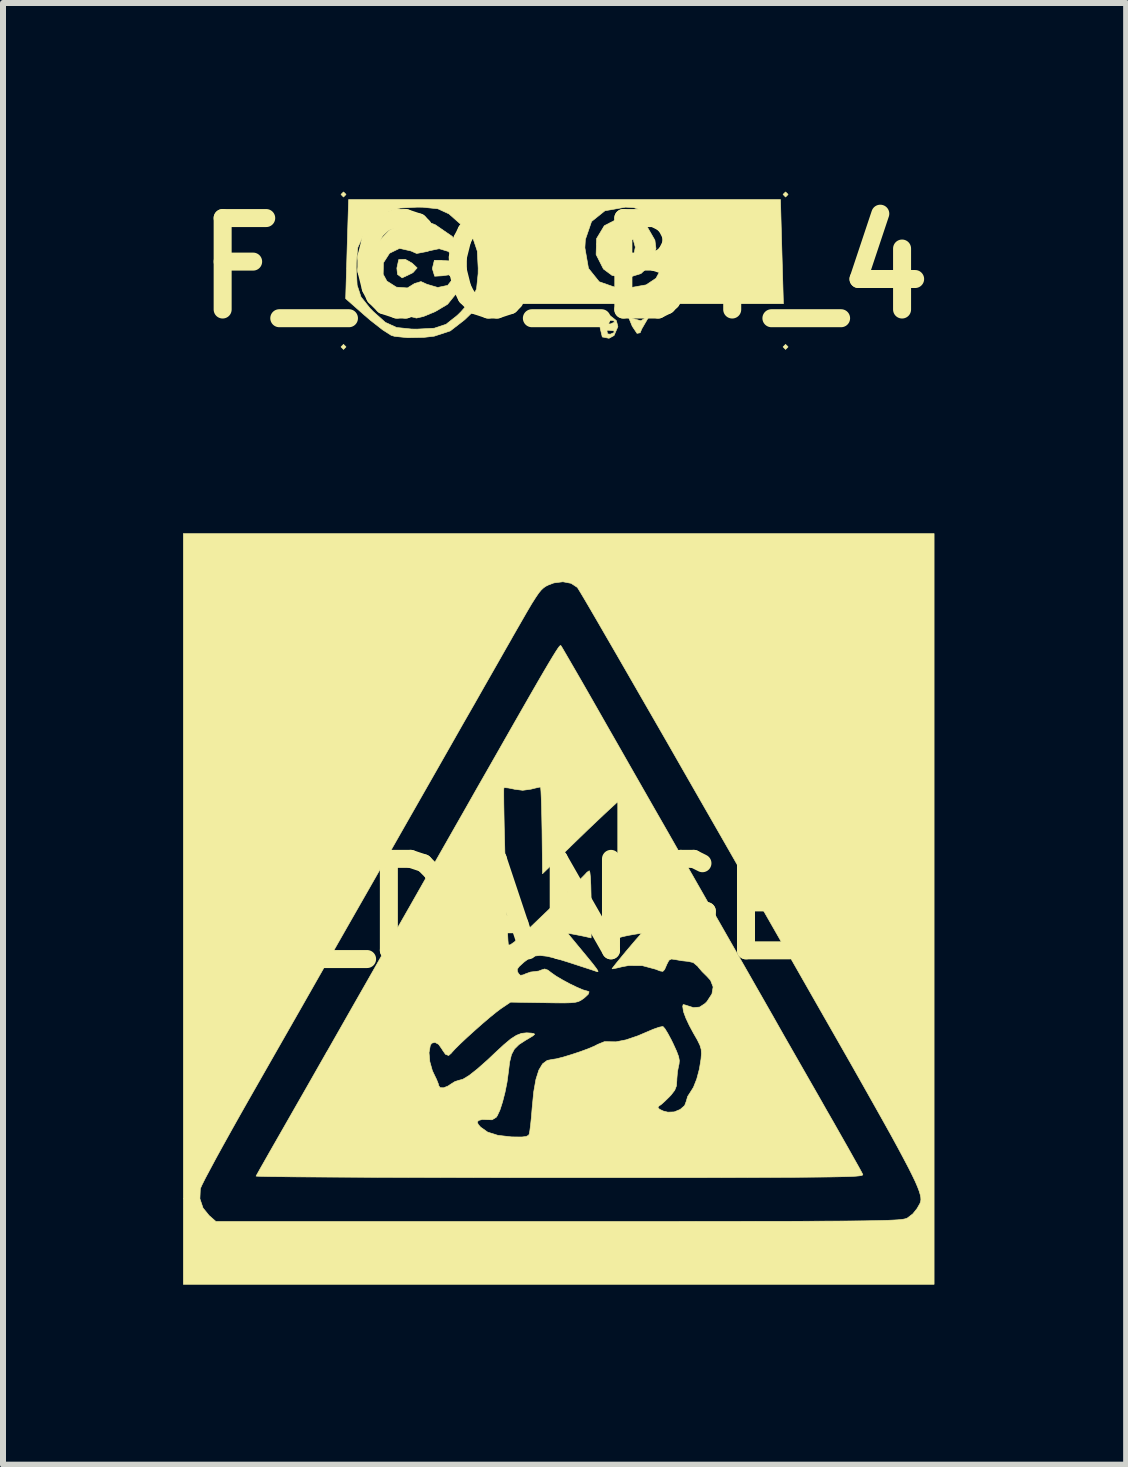
<source format=kicad_pcb>
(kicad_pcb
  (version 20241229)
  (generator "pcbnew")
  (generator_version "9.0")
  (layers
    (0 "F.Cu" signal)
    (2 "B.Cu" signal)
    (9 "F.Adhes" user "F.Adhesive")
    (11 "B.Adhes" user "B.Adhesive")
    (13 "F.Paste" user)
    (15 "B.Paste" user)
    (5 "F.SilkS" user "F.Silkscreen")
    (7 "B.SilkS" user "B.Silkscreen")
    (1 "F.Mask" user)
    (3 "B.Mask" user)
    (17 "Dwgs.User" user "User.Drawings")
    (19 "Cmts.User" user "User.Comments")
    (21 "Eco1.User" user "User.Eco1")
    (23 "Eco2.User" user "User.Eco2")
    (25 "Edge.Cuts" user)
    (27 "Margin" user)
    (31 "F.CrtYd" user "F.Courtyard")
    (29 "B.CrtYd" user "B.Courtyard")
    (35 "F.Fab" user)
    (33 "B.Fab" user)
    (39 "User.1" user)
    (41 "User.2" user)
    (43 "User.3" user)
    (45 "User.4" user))
  (footprint "F_DANGER"
    (layer "F.Cu")
    (at 6.26 12.096)
    (property "Reference" "F_DANGER" (at 0 0 0) (layer "F.SilkS") (effects (font (size 1.524 1.524) (thickness 0.3))))
    (attr through_hole)
    (fp_poly (pts (xy 6.255 6.255) (xy -6.255 6.255) (xy -6.255 4.829) (xy -5.979 4.829) (xy -5.927 4.983) (xy -5.825 5.109) (xy -5.713 5.207) (xy -0.006 5.207) (xy 0.701 5.207) (xy 1.347 5.207) (xy 1.935 5.207) (xy 2.468 5.206) (xy 2.949 5.206) (xy 3.38 5.205) (xy 3.765 5.205) (xy 4.105 5.204) (xy 4.404 5.202) (xy 4.665 5.201) (xy 4.89 5.199) (xy 5.082 5.197) (xy 5.244 5.194) (xy 5.379 5.191) (xy 5.489 5.188) (xy 5.577 5.184) (xy 5.647 5.18) (xy 5.7 5.175) (xy 5.74 5.17) (xy 5.769 5.164) (xy 5.791 5.158) (xy 5.807 5.151) (xy 5.811 5.149) (xy 5.901 5.08) (xy 5.972 4.991) (xy 5.977 4.982) (xy 5.993 4.953) (xy 6.008 4.928) (xy 6.021 4.903) (xy 6.03 4.876) (xy 6.035 4.846) (xy 6.033 4.808) (xy 6.024 4.762) (xy 6.007 4.704) (xy 5.98 4.633) (xy 5.942 4.544) (xy 5.891 4.438) (xy 5.827 4.31) (xy 5.747 4.158) (xy 5.652 3.98) (xy 5.539 3.773) (xy 5.407 3.536) (xy 5.255 3.265) (xy 5.082 2.958) (xy 4.887 2.613) (xy 4.667 2.227) (xy 4.422 1.798) (xy 4.151 1.323) (xy 3.853 0.8) (xy 3.525 0.226) (xy 3.204 -0.335) (xy 2.908 -0.854) (xy 2.619 -1.359) (xy 2.339 -1.847) (xy 2.071 -2.315) (xy 1.816 -2.761) (xy 1.575 -3.18) (xy 1.349 -3.572) (xy 1.142 -3.932) (xy 0.954 -4.258) (xy 0.786 -4.548) (xy 0.642 -4.797) (xy 0.521 -5.005) (xy 0.426 -5.167) (xy 0.358 -5.281) (xy 0.319 -5.344) (xy 0.311 -5.357) (xy 0.206 -5.426) (xy 0.07 -5.452) (xy -0.08 -5.433) (xy -0.173 -5.398) (xy -0.215 -5.377) (xy -0.252 -5.351) (xy -0.291 -5.315) (xy -0.334 -5.263) (xy -0.385 -5.188) (xy -0.451 -5.084) (xy -0.533 -4.945) (xy -0.637 -4.764) (xy -0.768 -4.536) (xy -0.798 -4.482) (xy -0.883 -4.334) (xy -0.985 -4.154) (xy -1.106 -3.942) (xy -1.247 -3.695) (xy -1.407 -3.413) (xy -1.59 -3.094) (xy -1.794 -2.735) (xy -2.021 -2.336) (xy -2.272 -1.896) (xy -2.548 -1.412) (xy -2.849 -0.883) (xy -3.177 -0.308) (xy -3.533 0.315) (xy -3.916 0.987) (xy -4.328 1.711) (xy -4.771 2.487) (xy -5.152 3.155) (xy -5.308 3.43) (xy -5.455 3.692) (xy -5.59 3.935) (xy -5.71 4.153) (xy -5.81 4.34) (xy -5.89 4.49) (xy -5.944 4.598) (xy -5.97 4.657) (xy -5.972 4.663) (xy -5.979 4.829) (xy -6.255 4.829) (xy -6.255 -6.255) (xy 6.255 -6.255) (xy 6.255 6.255)) (stroke (width 0.01) (type solid)) (fill yes) (layer "F.SilkS"))
    (fp_poly (pts (xy 0.035 -4.389) (xy 0.055 -4.358) (xy 0.103 -4.276) (xy 0.175 -4.152) (xy 0.269 -3.99) (xy 0.38 -3.798) (xy 0.505 -3.58) (xy 0.641 -3.342) (xy 0.691 -3.254) (xy 0.83 -3.01) (xy 0.996 -2.72) (xy 1.181 -2.395) (xy 1.381 -2.045) (xy 1.59 -1.679) (xy 1.802 -1.309) (xy 2.011 -0.942) (xy 2.213 -0.59) (xy 2.287 -0.46) (xy 2.469 -0.141) (xy 2.651 0.177) (xy 2.828 0.487) (xy 2.996 0.781) (xy 3.152 1.054) (xy 3.291 1.298) (xy 3.41 1.506) (xy 3.504 1.671) (xy 3.556 1.762) (xy 3.646 1.921) (xy 3.761 2.124) (xy 3.896 2.36) (xy 4.043 2.617) (xy 4.197 2.886) (xy 4.351 3.155) (xy 4.454 3.337) (xy 4.589 3.572) (xy 4.713 3.791) (xy 4.825 3.988) (xy 4.919 4.156) (xy 4.994 4.289) (xy 5.044 4.38) (xy 5.066 4.423) (xy 5.067 4.424) (xy 5.066 4.431) (xy 5.057 4.437) (xy 5.037 4.443) (xy 5.003 4.448) (xy 4.951 4.453) (xy 4.88 4.457) (xy 4.786 4.46) (xy 4.667 4.463) (xy 4.519 4.466) (xy 4.34 4.468) (xy 4.127 4.47) (xy 3.876 4.472) (xy 3.586 4.473) (xy 3.253 4.474) (xy 2.875 4.475) (xy 2.448 4.476) (xy 1.969 4.476) (xy 1.437 4.477) (xy 0.847 4.477) (xy 0.198 4.477) (xy 0.017 4.477) (xy -0.545 4.477) (xy -1.09 4.476) (xy -1.613 4.475) (xy -2.112 4.474) (xy -2.584 4.473) (xy -3.024 4.472) (xy -3.43 4.47) (xy -3.799 4.468) (xy -4.126 4.466) (xy -4.409 4.464) (xy -4.644 4.461) (xy -4.828 4.459) (xy -4.957 4.456) (xy -5.029 4.453) (xy -5.043 4.451) (xy -5.025 4.418) (xy -4.98 4.337) (xy -4.911 4.216) (xy -4.824 4.062) (xy -4.722 3.884) (xy -4.615 3.697) (xy -4.515 3.522) (xy -4.386 3.296) (xy -4.232 3.027) (xy -4.056 2.718) (xy -3.872 2.395) (xy -2.161 2.395) (xy -2.148 2.544) (xy -2.106 2.693) (xy -2.08 2.749) (xy -2.035 2.842) (xy -2.006 2.915) (xy -2 2.942) (xy -1.977 2.978) (xy -1.918 2.98) (xy -1.842 2.949) (xy -1.801 2.921) (xy -1.729 2.876) (xy -1.669 2.857) (xy -1.596 2.837) (xy -1.492 2.774) (xy -1.355 2.666) (xy -1.181 2.512) (xy -1.064 2.401) (xy -0.916 2.264) (xy -0.8 2.167) (xy -0.705 2.106) (xy -0.62 2.073) (xy -0.534 2.064) (xy -0.457 2.069) (xy -0.412 2.077) (xy -0.402 2.09) (xy -0.434 2.117) (xy -0.513 2.165) (xy -0.551 2.187) (xy -0.662 2.259) (xy -0.738 2.334) (xy -0.787 2.426) (xy -0.818 2.552) (xy -0.839 2.722) (xy -0.861 2.886) (xy -0.895 3.056) (xy -0.936 3.216) (xy -0.98 3.352) (xy -1.024 3.446) (xy -1.041 3.471) (xy -1.11 3.513) (xy -1.19 3.511) (xy -1.273 3.508) (xy -1.333 3.523) (xy -1.357 3.55) (xy -1.342 3.589) (xy -1.302 3.635) (xy -1.185 3.718) (xy -1.014 3.772) (xy -0.788 3.798) (xy -0.736 3.799) (xy -0.614 3.8) (xy -0.541 3.791) (xy -0.503 3.771) (xy -0.492 3.752) (xy -0.482 3.701) (xy -0.469 3.601) (xy -0.455 3.466) (xy -0.443 3.318) (xy -0.417 3.049) (xy -0.38 2.84) (xy -0.331 2.685) (xy -0.269 2.581) (xy -0.192 2.524) (xy -0.111 2.508) (xy -0.038 2.497) (xy 0.076 2.468) (xy 0.214 2.426) (xy 0.359 2.378) (xy 0.492 2.329) (xy 0.598 2.284) (xy 0.649 2.257) (xy 0.762 2.211) (xy 0.828 2.212) (xy 0.955 2.214) (xy 1.122 2.181) (xy 1.319 2.114) (xy 1.462 2.053) (xy 1.577 2.004) (xy 1.671 1.971) (xy 1.73 1.959) (xy 1.738 1.96) (xy 1.769 1.994) (xy 1.817 2.072) (xy 1.875 2.18) (xy 1.904 2.239) (xy 1.964 2.37) (xy 1.998 2.461) (xy 2.01 2.527) (xy 2.005 2.584) (xy 1.999 2.609) (xy 1.979 2.71) (xy 1.969 2.829) (xy 1.968 2.857) (xy 1.961 2.949) (xy 1.933 3.021) (xy 1.873 3.099) (xy 1.841 3.133) (xy 1.765 3.207) (xy 1.703 3.262) (xy 1.675 3.279) (xy 1.652 3.305) (xy 1.678 3.337) (xy 1.744 3.368) (xy 1.818 3.386) (xy 1.924 3.382) (xy 2.024 3.341) (xy 2.098 3.277) (xy 2.127 3.2) (xy 2.127 3.199) (xy 2.148 3.125) (xy 2.186 3.066) (xy 2.245 2.972) (xy 2.3 2.833) (xy 2.344 2.667) (xy 2.371 2.501) (xy 2.378 2.411) (xy 2.374 2.34) (xy 2.353 2.27) (xy 2.31 2.182) (xy 2.245 2.069) (xy 2.176 1.941) (xy 2.119 1.819) (xy 2.083 1.722) (xy 2.077 1.698) (xy 2.066 1.622) (xy 2.074 1.593) (xy 2.107 1.6) (xy 2.115 1.603) (xy 2.245 1.644) (xy 2.348 1.635) (xy 2.439 1.575) (xy 2.471 1.542) (xy 2.553 1.416) (xy 2.573 1.299) (xy 2.53 1.189) (xy 2.469 1.122) (xy 2.391 1.045) (xy 2.327 0.971) (xy 2.317 0.956) (xy 2.242 0.893) (xy 2.158 0.874) (xy 2.046 0.862) (xy 1.946 0.844) (xy 1.878 0.834) (xy 1.837 0.855) (xy 1.803 0.92) (xy 1.797 0.934) (xy 1.764 1.01) (xy 1.735 1.04) (xy 1.689 1.033) (xy 1.615 1.004) (xy 1.391 0.944) (xy 1.163 0.943) (xy 1.056 0.963) (xy 0.964 0.985) (xy 0.903 0.997) (xy 0.889 0.996) (xy 0.908 0.969) (xy 0.958 0.905) (xy 1.031 0.816) (xy 1.115 0.714) (xy 1.203 0.61) (xy 1.283 0.516) (xy 1.315 0.48) (xy 1.381 0.404) (xy 1.254 0.424) (xy 1.153 0.442) (xy 1.067 0.461) (xy 1.056 0.464) (xy 0.984 0.484) (xy 0.984 -1.787) (xy 0.818 -1.634) (xy 0.742 -1.563) (xy 0.631 -1.458) (xy 0.495 -1.329) (xy 0.346 -1.185) (xy 0.193 -1.037) (xy 0.191 -1.034) (xy -0.27 -0.587) (xy -0.278 -1.31) (xy -0.282 -1.516) (xy -0.286 -1.7) (xy -0.291 -1.851) (xy -0.296 -1.962) (xy -0.301 -2.023) (xy -0.304 -2.032) (xy -0.343 -2.025) (xy -0.42 -2.007) (xy -0.462 -1.996) (xy -0.6 -1.977) (xy -0.739 -1.995) (xy -0.75 -1.998) (xy -0.839 -2.016) (xy -0.9 -2.022) (xy -0.913 -2.018) (xy -0.916 -1.984) (xy -0.916 -1.895) (xy -0.915 -1.758) (xy -0.912 -1.583) (xy -0.908 -1.377) (xy -0.902 -1.148) (xy -0.896 -0.904) (xy -0.889 -0.654) (xy -0.881 -0.406) (xy -0.874 -0.168) (xy -0.866 0.052) (xy -0.859 0.246) (xy -0.852 0.406) (xy -0.846 0.522) (xy -0.84 0.589) (xy -0.839 0.599) (xy -0.81 0.599) (xy -0.743 0.553) (xy -0.638 0.462) (xy -0.563 0.391) (xy -0.444 0.277) (xy -0.295 0.134) (xy -0.133 -0.021) (xy 0.027 -0.173) (xy 0.079 -0.224) (xy 0.207 -0.346) (xy 0.318 -0.454) (xy 0.404 -0.54) (xy 0.457 -0.595) (xy 0.471 -0.611) (xy 0.507 -0.635) (xy 0.511 -0.635) (xy 0.52 -0.605) (xy 0.529 -0.52) (xy 0.535 -0.39) (xy 0.539 -0.224) (xy 0.54 -0.076) (xy 0.54 0.483) (xy 0.468 0.466) (xy 0.389 0.449) (xy 0.288 0.429) (xy 0.272 0.426) (xy 0.147 0.403) (xy 0.351 0.65) (xy 0.476 0.801) (xy 0.565 0.91) (xy 0.621 0.983) (xy 0.65 1.026) (xy 0.655 1.045) (xy 0.641 1.045) (xy 0.634 1.043) (xy 0.588 1.027) (xy 0.494 0.996) (xy 0.365 0.954) (xy 0.212 0.904) (xy 0.169 0.89) (xy -0.034 0.827) (xy -0.19 0.789) (xy -0.31 0.775) (xy -0.405 0.785) (xy -0.488 0.819) (xy -0.569 0.878) (xy -0.588 0.894) (xy -0.66 0.96) (xy -0.691 1.004) (xy -0.688 1.042) (xy -0.669 1.078) (xy -0.639 1.106) (xy -0.593 1.099) (xy -0.55 1.08) (xy -0.469 1.051) (xy -0.406 1.044) (xy -0.335 1.035) (xy -0.286 1.016) (xy -0.234 1) (xy -0.181 1.019) (xy -0.118 1.067) (xy -0.044 1.119) (xy 0.061 1.181) (xy 0.181 1.246) (xy 0.299 1.303) (xy 0.398 1.346) (xy 0.463 1.365) (xy 0.467 1.365) (xy 0.506 1.38) (xy 0.492 1.421) (xy 0.429 1.48) (xy 0.405 1.498) (xy 0.365 1.525) (xy 0.324 1.544) (xy 0.272 1.556) (xy 0.198 1.563) (xy 0.092 1.566) (xy -0.057 1.565) (xy -0.251 1.562) (xy -0.803 1.553) (xy -0.965 1.662) (xy -1.042 1.72) (xy -1.148 1.806) (xy -1.27 1.91) (xy -1.4 2.025) (xy -1.526 2.139) (xy -1.638 2.244) (xy -1.726 2.331) (xy -1.779 2.389) (xy -1.788 2.401) (xy -1.834 2.442) (xy -1.887 2.422) (xy -1.941 2.344) (xy -1.946 2.334) (xy -2.001 2.256) (xy -2.062 2.223) (xy -2.116 2.237) (xy -2.14 2.273) (xy -2.161 2.395) (xy -3.872 2.395) (xy -3.861 2.377) (xy -3.651 2.008) (xy -3.428 1.616) (xy -3.195 1.208) (xy -2.956 0.788) (xy -2.713 0.363) (xy -2.47 -0.063) (xy -2.231 -0.484) (xy -1.997 -0.894) (xy -1.773 -1.288) (xy -1.561 -1.66) (xy -1.365 -2.006) (xy -1.214 -2.27) (xy -0.986 -2.67) (xy -0.788 -3.018) (xy -0.617 -3.317) (xy -0.471 -3.572) (xy -0.349 -3.784) (xy -0.247 -3.959) (xy -0.165 -4.098) (xy -0.1 -4.206) (xy -0.051 -4.285) (xy -0.015 -4.34) (xy 0.01 -4.374) (xy 0.026 -4.389) (xy 0.035 -4.39) (xy 0.035 -4.389)) (stroke (width 0.01) (type solid)) (fill yes) (layer "F.SilkS")))
  (footprint "F_CC_BY_4"
    (layer "F.Cu")
    (at 6.357 1.418)
    (property "Reference" "F_CC_BY_4" (at 0 0 0) (layer "F.SilkS") (effects (font (size 1.524 1.524) (thickness 0.3))))
    (attr through_hole)
    (fp_poly (pts (xy -3.641 -1.228) (xy -3.683 -1.185) (xy -3.725 -1.228) (xy -3.683 -1.27) (xy -3.641 -1.228)) (stroke (width 0.01) (type solid)) (fill yes) (layer "F.SilkS"))
    (fp_poly (pts (xy -3.641 1.312) (xy -3.683 1.355) (xy -3.725 1.312) (xy -3.683 1.27) (xy -3.641 1.312)) (stroke (width 0.01) (type solid)) (fill yes) (layer "F.SilkS"))
    (fp_poly (pts (xy 3.725 -1.228) (xy 3.683 -1.185) (xy 3.641 -1.228) (xy 3.683 -1.27) (xy 3.725 -1.228)) (stroke (width 0.01) (type solid)) (fill yes) (layer "F.SilkS"))
    (fp_poly (pts (xy 3.725 1.312) (xy 3.683 1.355) (xy 3.641 1.312) (xy 3.683 1.27) (xy 3.725 1.312)) (stroke (width 0.01) (type solid)) (fill yes) (layer "F.SilkS"))
    (fp_poly (pts (xy -2.54 -0.083) (xy -2.456 -0.004) (xy -2.523 0.072) (xy -2.54 0.083) (xy -2.706 0.162) (xy -2.783 0.105) (xy -2.794 0) (xy -2.763 -0.143) (xy -2.654 -0.147) (xy -2.54 -0.083)) (stroke (width 0.01) (type solid)) (fill yes) (layer "F.SilkS"))
    (fp_poly (pts (xy 1.395 0.829) (xy 1.383 0.847) (xy 1.287 1.012) (xy 1.26 1.077) (xy 1.208 1.087) (xy 1.128 0.968) (xy 1.127 0.965) (xy 1.069 0.824) (xy 1.095 0.809) (xy 1.133 0.838) (xy 1.271 0.877) (xy 1.357 0.823) (xy 1.433 0.764) (xy 1.395 0.829)) (stroke (width 0.01) (type solid)) (fill yes) (layer "F.SilkS"))
    (fp_poly (pts (xy 0.741 0.778) (xy 0.863 0.874) (xy 0.889 0.974) (xy 0.825 1.123) (xy 0.741 1.169) (xy 0.629 1.147) (xy 0.604 1.044) (xy 0.706 1.044) (xy 0.717 1.095) (xy 0.762 1.101) (xy 0.832 1.07) (xy 0.818 1.044) (xy 0.718 1.034) (xy 0.706 1.044) (xy 0.604 1.044) (xy 0.593 0.997) (xy 0.593 0.974) (xy 0.61 0.875) (xy 0.706 0.875) (xy 0.717 0.925) (xy 0.762 0.931) (xy 0.832 0.9) (xy 0.818 0.875) (xy 0.718 0.865) (xy 0.706 0.875) (xy 0.61 0.875) (xy 0.622 0.809) (xy 0.725 0.776) (xy 0.741 0.778)) (stroke (width 0.01) (type solid)) (fill yes) (layer "F.SilkS"))
    (fp_poly (pts (xy 1.161 -0.821) (xy 1.376 -0.691) (xy 1.506 -0.465) (xy 1.524 -0.324) (xy 1.453 -0.078) (xy 1.273 0.091) (xy 1.036 0.164) (xy 0.793 0.122) (xy 0.648 0.014) (xy 0.526 -0.227) (xy 0.531 -0.402) (xy 0.848 -0.402) (xy 0.874 -0.204) (xy 0.934 -0.02) (xy 1.002 0.081) (xy 1.016 0.085) (xy 1.085 0.014) (xy 1.132 -0.106) (xy 1.179 -0.35) (xy 1.145 -0.473) (xy 1.02 -0.508) (xy 1.016 -0.508) (xy 0.879 -0.464) (xy 0.848 -0.402) (xy 0.531 -0.402) (xy 0.533 -0.491) (xy 0.645 -0.677) (xy 0.931 -0.677) (xy 0.996 -0.595) (xy 1.016 -0.593) (xy 1.098 -0.657) (xy 1.101 -0.677) (xy 1.036 -0.76) (xy 1.016 -0.762) (xy 0.934 -0.698) (xy 0.931 -0.677) (xy 0.645 -0.677) (xy 0.663 -0.707) (xy 0.907 -0.833) (xy 1.161 -0.821)) (stroke (width 0.01) (type solid)) (fill yes) (layer "F.SilkS"))
    (fp_poly (pts (xy -2.345 -0.792) (xy -2.156 -0.724) (xy -1.871 -0.528) (xy -1.707 -0.256) (xy -1.666 0.051) (xy -1.747 0.351) (xy -1.949 0.602) (xy -2.153 0.723) (xy -2.35 0.805) (xy -2.468 0.832) (xy -2.586 0.802) (xy -2.776 0.719) (xy -3.054 0.509) (xy -3.179 0.299) (xy -3.216 0.102) (xy -3.022 0.102) (xy -2.96 0.216) (xy -2.801 0.317) (xy -2.618 0.33) (xy -2.499 0.256) (xy -2.392 0.224) (xy -2.293 0.269) (xy -2.113 0.322) (xy -1.947 0.287) (xy -1.864 0.182) (xy -1.863 0.166) (xy -1.928 0.112) (xy -2.032 0.127) (xy -2.164 0.135) (xy -2.201 0.014) (xy -2.201 0) (xy -2.169 -0.131) (xy -2.045 -0.131) (xy -2.032 -0.127) (xy -1.895 -0.119) (xy -1.863 -0.166) (xy -1.932 -0.277) (xy -2.091 -0.324) (xy -2.264 -0.287) (xy -2.276 -0.28) (xy -2.464 -0.244) (xy -2.561 -0.287) (xy -2.751 -0.329) (xy -2.916 -0.248) (xy -3.018 -0.089) (xy -3.022 0.102) (xy -3.216 0.102) (xy -3.246 -0.053) (xy -3.157 -0.373) (xy -2.929 -0.627) (xy -2.755 -0.724) (xy -2.529 -0.8) (xy -2.345 -0.792)) (stroke (width 0.01) (type solid)) (fill yes) (layer "F.SilkS"))
    (fp_poly (pts (xy 3.622 -0.275) (xy 3.647 0.593) (xy -1.389 0.593) (xy -1.663 0.859) (xy -1.904 1.046) (xy -2.172 1.134) (xy -2.345 1.154) (xy -2.615 1.159) (xy -2.83 1.137) (xy -2.888 1.12) (xy -3.03 1.029) (xy -3.235 0.869) (xy -3.335 0.783) (xy -3.647 0.508) (xy -3.632 0) (xy -3.471 0) (xy -3.456 0.284) (xy -3.391 0.48) (xy -3.243 0.667) (xy -3.183 0.728) (xy -2.985 0.904) (xy -2.799 0.989) (xy -2.547 1.015) (xy -2.455 1.016) (xy -2.171 1.001) (xy -1.975 0.936) (xy -1.788 0.788) (xy -1.727 0.728) (xy -1.551 0.529) (xy -1.466 0.344) (xy -1.44 0.092) (xy -1.439 0) (xy -1.454 -0.284) (xy -1.472 -0.339) (xy 0.339 -0.339) (xy 0.399 0.004) (xy 0.578 0.227) (xy 0.877 0.331) (xy 1.016 0.339) (xy 1.359 0.279) (xy 1.524 0.169) (xy 1.666 -0.092) (xy 1.693 -0.339) (xy 1.633 -0.682) (xy 1.454 -0.905) (xy 1.155 -1.008) (xy 1.016 -1.016) (xy 0.673 -0.956) (xy 0.45 -0.777) (xy 0.347 -0.477) (xy 0.339 -0.339) (xy -1.472 -0.339) (xy -1.52 -0.48) (xy -1.668 -0.667) (xy -1.727 -0.728) (xy -1.926 -0.904) (xy -2.111 -0.989) (xy -2.363 -1.015) (xy -2.455 -1.016) (xy -2.74 -1.001) (xy -2.935 -0.936) (xy -3.123 -0.788) (xy -3.183 -0.728) (xy -3.36 -0.529) (xy -3.445 -0.344) (xy -3.47 -0.092) (xy -3.471 0) (xy -3.632 0) (xy -3.623 -0.318) (xy -3.598 -1.143) (xy 3.598 -1.143) (xy 3.622 -0.275)) (stroke (width 0.01) (type solid)) (fill yes) (layer "F.SilkS")))
  (gr_rect
    (start -3 -3)
    (end 15.715 21.356)
    (stroke (width 0.1) (type default))
    (fill no)
    (layer "Edge.Cuts")))
</source>
